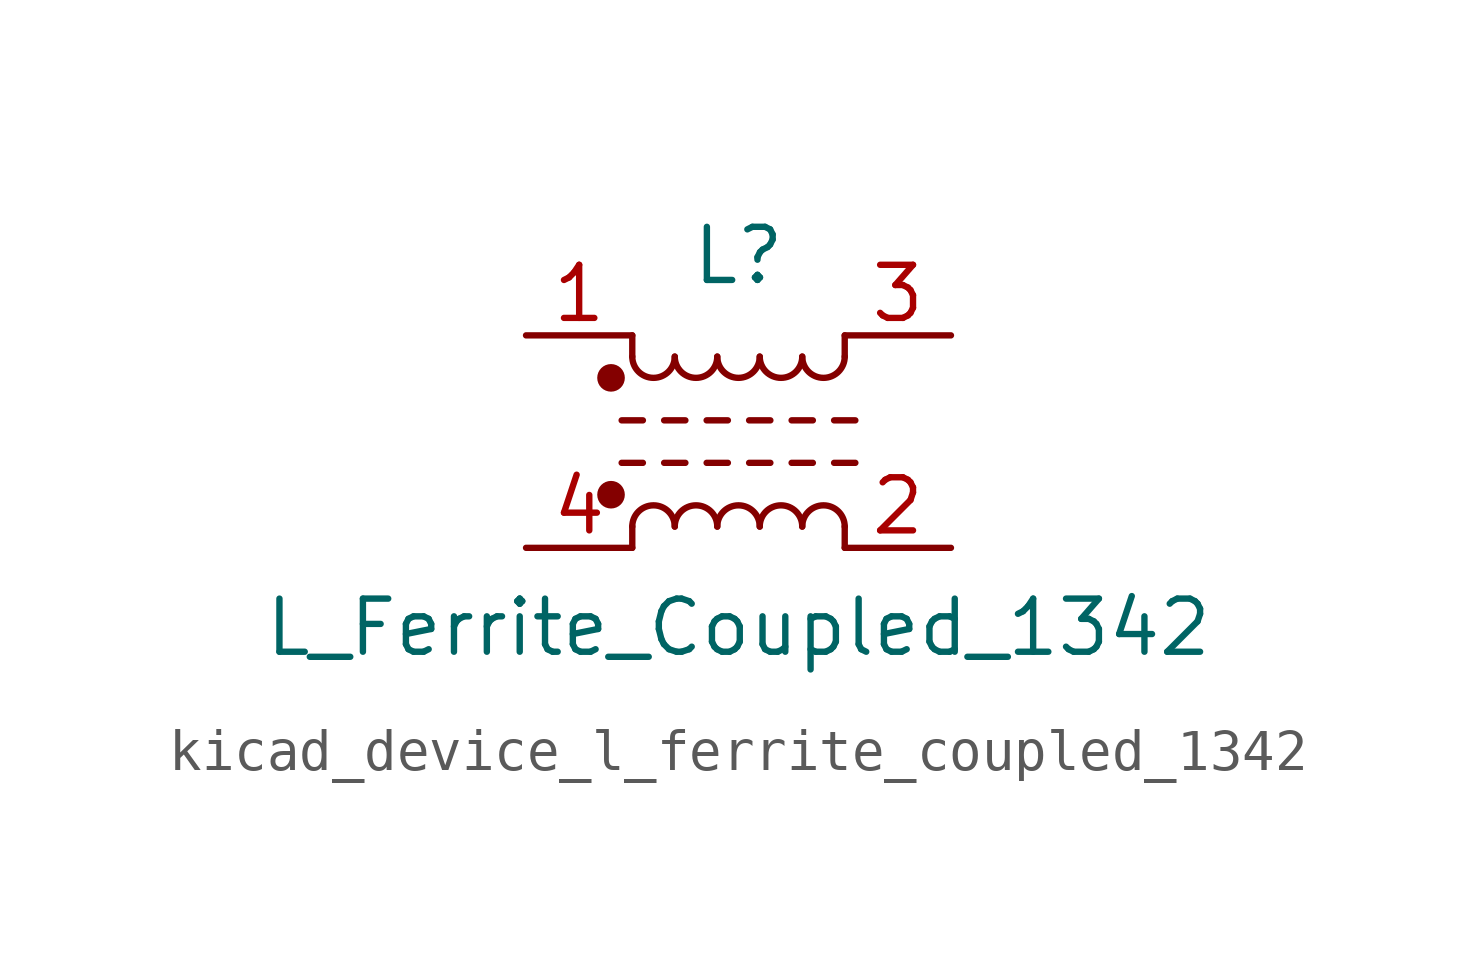
<source format=kicad_sym>
(kicad_symbol_lib
  (version 20220914)
  (generator kicad_symbol_editor)
  (symbol "kicad_device_l_ferrite_coupled_1342"
    (pin_names
      (offset 0.254) hide)
    (property "Reference" "L"
      (at 0 4.445 0)
      (effects (font (size 1.27 1.27))))
    (property "Value" "L_Ferrite_Coupled_1342"
      (at 0 -4.445 0)
      (effects (font (size 1.27 1.27))))
    (symbol "kicad_device_l_ferrite_coupled_1342_0_1"
      (circle (center -3.048 -1.27) (radius 0.254) (stroke (width 0) (type default)) (fill (type outline)))
      (circle (center -3.048 1.524) (radius 0.254) (stroke (width 0) (type default)) (fill (type outline)))
      (arc (start -2.54 2.032) (mid -2.032 1.5262) (end -1.524 2.032) (stroke (width 0) (type default)) (fill (type none)))
      (arc (start -1.524 -2.032) (mid -2.032 -1.5262) (end -2.54 -2.032) (stroke (width 0) (type default)) (fill (type none)))
      (arc (start -1.524 2.032) (mid -1.016 1.5262) (end -0.508 2.032) (stroke (width 0) (type default)) (fill (type none)))
      (arc (start -0.508 -2.032) (mid -1.016 -1.5262) (end -1.524 -2.032) (stroke (width 0) (type default)) (fill (type none)))
      (arc (start -0.508 2.032) (mid 0 1.5262) (end 0.508 2.032) (stroke (width 0) (type default)) (fill (type none)))
      (polyline (pts (xy -2.794 -0.508) (xy -2.286 -0.508)) (stroke (width 0) (type default)) (fill (type none)))
      (polyline (pts (xy -2.794 0.508) (xy -2.286 0.508)) (stroke (width 0) (type default)) (fill (type none)))
      (polyline (pts (xy -2.54 -2.032) (xy -2.54 -2.54)) (stroke (width 0) (type default)) (fill (type none)))
      (polyline (pts (xy -2.54 2.032) (xy -2.54 2.54)) (stroke (width 0) (type default)) (fill (type none)))
      (polyline (pts (xy -1.778 -0.508) (xy -1.27 -0.508)) (stroke (width 0) (type default)) (fill (type none)))
      (polyline (pts (xy -1.778 0.508) (xy -1.27 0.508)) (stroke (width 0) (type default)) (fill (type none)))
      (polyline (pts (xy -0.762 -0.508) (xy -0.254 -0.508)) (stroke (width 0) (type default)) (fill (type none)))
      (polyline (pts (xy -0.762 0.508) (xy -0.254 0.508)) (stroke (width 0) (type default)) (fill (type none)))
      (polyline (pts (xy 0.254 -0.508) (xy 0.762 -0.508)) (stroke (width 0) (type default)) (fill (type none)))
      (polyline (pts (xy 0.254 0.508) (xy 0.762 0.508)) (stroke (width 0) (type default)) (fill (type none)))
      (polyline (pts (xy 1.27 -0.508) (xy 1.778 -0.508)) (stroke (width 0) (type default)) (fill (type none)))
      (polyline (pts (xy 1.27 0.508) (xy 1.778 0.508)) (stroke (width 0) (type default)) (fill (type none)))
      (polyline (pts (xy 2.286 -0.508) (xy 2.794 -0.508)) (stroke (width 0) (type default)) (fill (type none)))
      (polyline (pts (xy 2.286 0.508) (xy 2.794 0.508)) (stroke (width 0) (type default)) (fill (type none)))
      (polyline (pts (xy 2.54 -2.032) (xy 2.54 -2.54)) (stroke (width 0) (type default)) (fill (type none)))
      (polyline (pts (xy 2.54 2.54) (xy 2.54 2.032)) (stroke (width 0) (type default)) (fill (type none)))
      (arc (start 0.508 -2.032) (mid 0 -1.5262) (end -0.508 -2.032) (stroke (width 0) (type default)) (fill (type none)))
      (arc (start 0.508 2.032) (mid 1.016 1.5262) (end 1.524 2.032) (stroke (width 0) (type default)) (fill (type none)))
      (arc (start 1.524 -2.032) (mid 1.016 -1.5262) (end 0.508 -2.032) (stroke (width 0) (type default)) (fill (type none)))
      (arc (start 1.524 2.032) (mid 2.032 1.5262) (end 2.54 2.032) (stroke (width 0) (type default)) (fill (type none)))
      (arc (start 2.54 -2.032) (mid 2.032 -1.5262) (end 1.524 -2.032) (stroke (width 0) (type default)) (fill (type none))))
    (symbol "kicad_device_l_ferrite_coupled_1342_1_1"
      (pin passive line (at -5.08 2.54 0) (length 2.54) (name "1" (effects (font (size 1.27 1.27)))) (number "1" (effects (font (size 1.27 1.27)))))
      (pin passive line (at 5.08 -2.54 180) (length 2.54) (name "2" (effects (font (size 1.27 1.27)))) (number "2" (effects (font (size 1.27 1.27)))))
      (pin passive line (at 5.08 2.54 180) (length 2.54) (name "3" (effects (font (size 1.27 1.27)))) (number "3" (effects (font (size 1.27 1.27)))))
      (pin passive line (at -5.08 -2.54 0) (length 2.54) (name "4" (effects (font (size 1.27 1.27)))) (number "4" (effects (font (size 1.27 1.27))))))))
</source>
